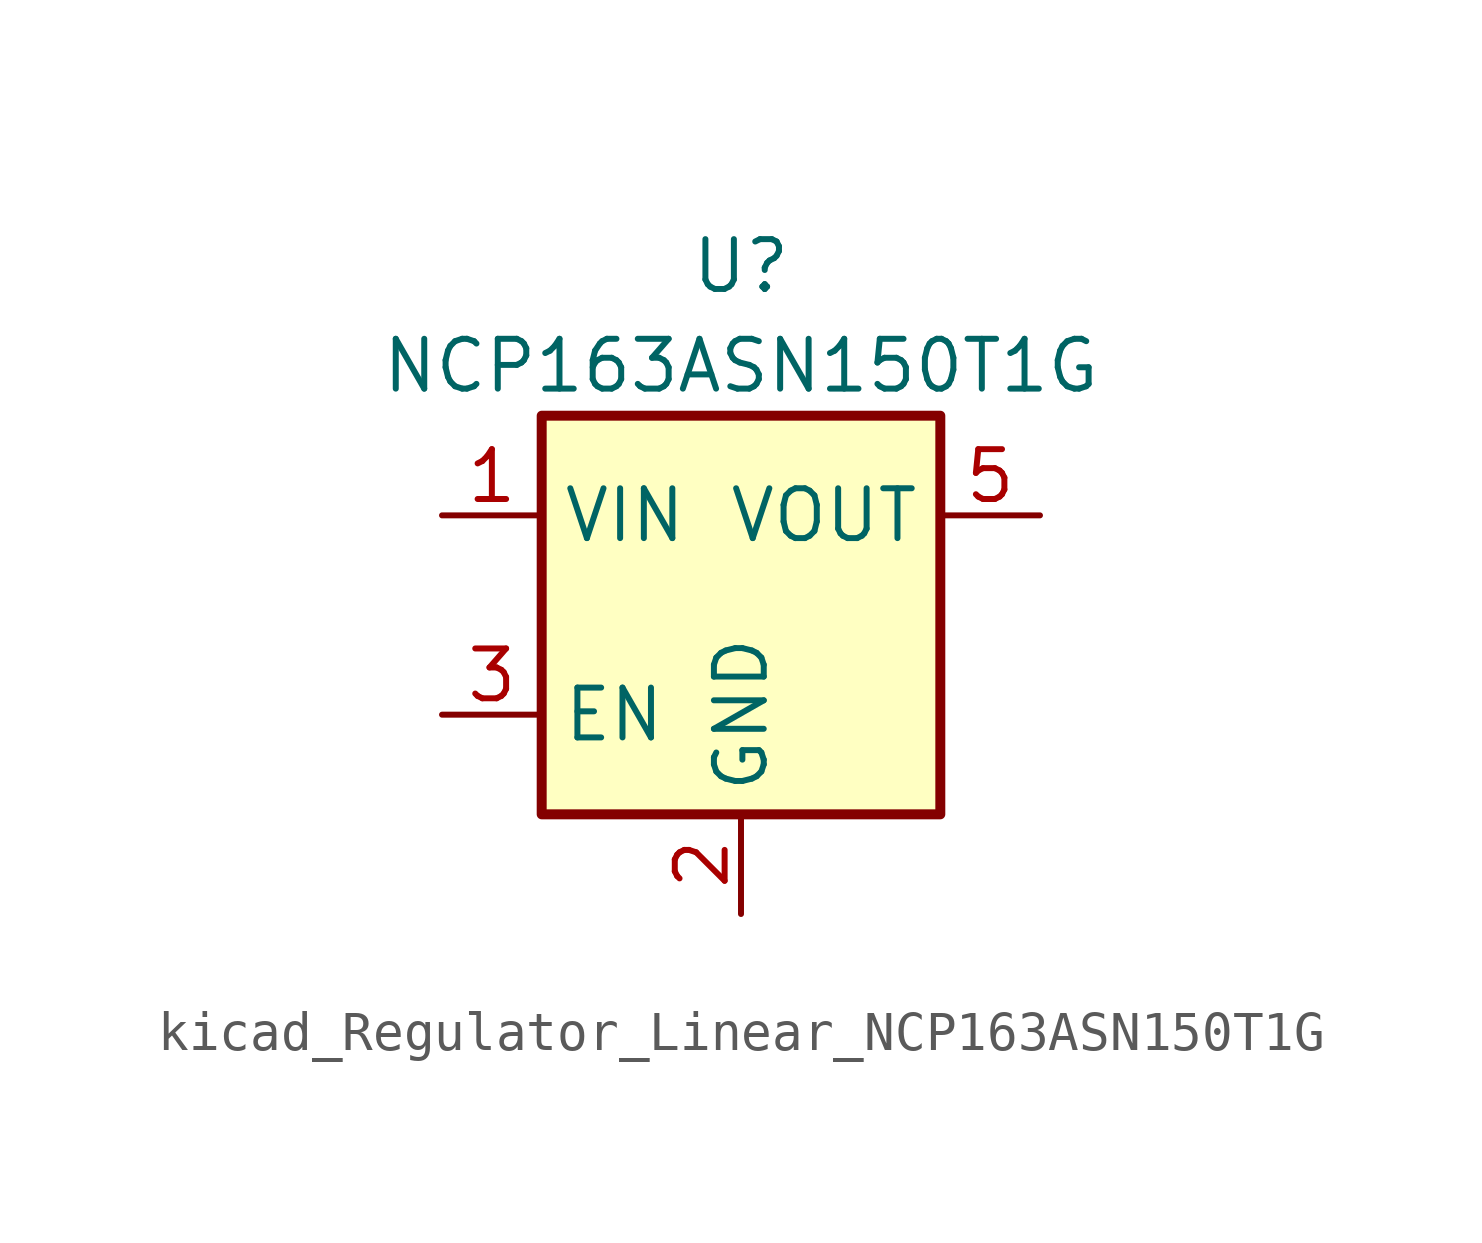
<source format=kicad_sym>
(kicad_symbol_lib
  (version 20220914)
  (generator kicad_symbol_editor)
  (symbol "kicad_Regulator_Linear_NCP163ASN150T1G"
    (property "Reference" "U"
      (at 0 8.89 0)
      (effects (font (size 1.27 1.27))))
    (property "Value" "NCP163ASN150T1G"
      (at 0 6.35 0)
      (effects (font (size 1.27 1.27))))
    (symbol "kicad_Regulator_Linear_NCP163ASN150T1G_0_1"
      (rectangle (start -5.08 5.08) (end 5.08 -5.08) (stroke (width 0.254) (type default)) (fill (type background))))
    (symbol "kicad_Regulator_Linear_NCP163ASN150T1G_1_1"
      (pin power_in line (at -7.62 2.54 0) (length 2.54) (name "VIN" (effects (font (size 1.27 1.27)))) (number "1" (effects (font (size 1.27 1.27)))))
      (pin power_in line (at 0 -7.62 90) (length 2.54) (name "GND" (effects (font (size 1.27 1.27)))) (number "2" (effects (font (size 1.27 1.27)))))
      (pin input line (at -7.62 -2.54 0) (length 2.54) (name "EN" (effects (font (size 1.27 1.27)))) (number "3" (effects (font (size 1.27 1.27)))))
      (pin no_connect line (at 5.08 -2.54 180) (length 2.54) hide (name "NC" (effects (font (size 1.27 1.27)))) (number "4" (effects (font (size 1.27 1.27)))))
      (pin power_out line (at 7.62 2.54 180) (length 2.54) (name "VOUT" (effects (font (size 1.27 1.27)))) (number "5" (effects (font (size 1.27 1.27))))))))
</source>
